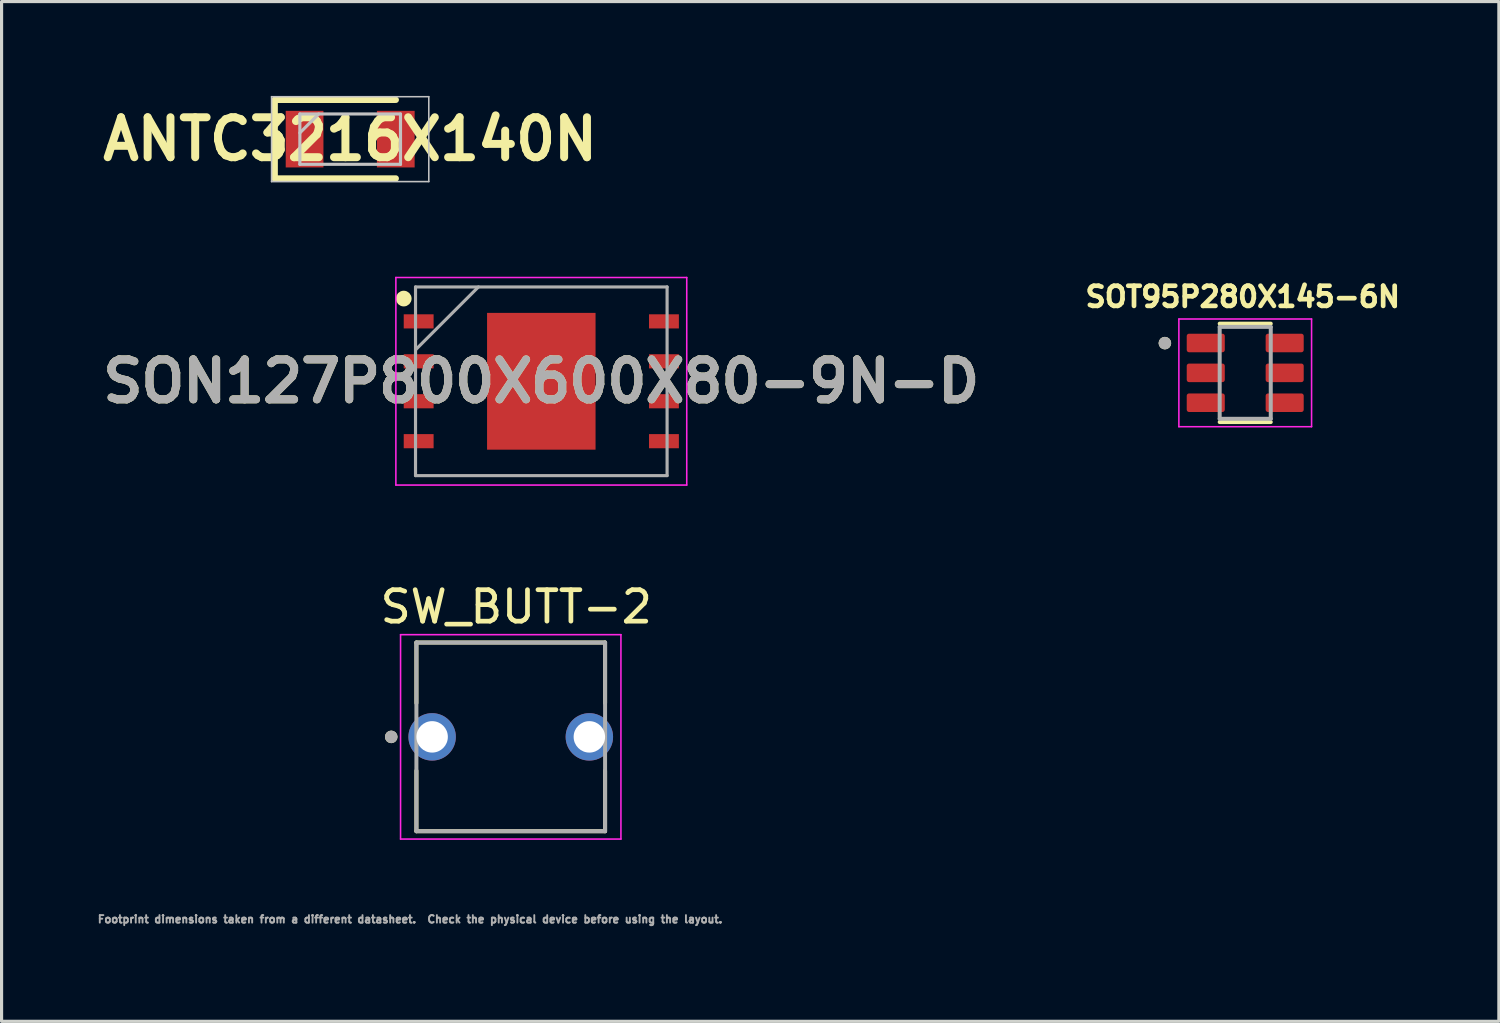
<source format=kicad_pcb>
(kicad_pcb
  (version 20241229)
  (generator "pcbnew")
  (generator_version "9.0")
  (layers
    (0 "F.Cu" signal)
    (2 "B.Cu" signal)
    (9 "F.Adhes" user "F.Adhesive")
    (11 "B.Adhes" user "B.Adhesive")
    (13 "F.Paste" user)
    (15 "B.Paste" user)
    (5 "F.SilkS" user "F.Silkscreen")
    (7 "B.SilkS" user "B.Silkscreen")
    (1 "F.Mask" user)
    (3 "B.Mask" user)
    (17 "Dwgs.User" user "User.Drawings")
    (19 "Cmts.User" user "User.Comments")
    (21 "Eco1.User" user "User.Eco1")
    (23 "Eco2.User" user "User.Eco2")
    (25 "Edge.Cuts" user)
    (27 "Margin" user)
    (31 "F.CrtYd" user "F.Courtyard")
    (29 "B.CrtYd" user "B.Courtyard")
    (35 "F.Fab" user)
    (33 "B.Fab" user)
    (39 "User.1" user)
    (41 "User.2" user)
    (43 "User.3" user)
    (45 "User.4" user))
  (footprint "ANTC3216X140N"
    (layer "F.Cu")
    (at 8.086 1.375)
    (property "Reference" "ANTC3216X140N" (at 0 0 0) (layer "F.SilkS") (effects (font (size 1.27 1.27) (thickness 0.254))))
    (attr smd)
    (fp_line (start -2.4 -1.25) (end -2.4 1.25) (stroke (width 0.2) (type solid)) (layer "F.SilkS"))
    (fp_line (start -2.4 1.25) (end 1.45 1.25) (stroke (width 0.2) (type solid)) (layer "F.SilkS"))
    (fp_line (start 1.45 -1.25) (end -2.4 -1.25) (stroke (width 0.2) (type solid)) (layer "F.SilkS"))
    (fp_line (start -2.5 -1.35) (end 2.5 -1.35) (stroke (width 0.05) (type solid)) (layer "Dwgs.User"))
    (fp_line (start -2.5 1.35) (end -2.5 -1.35) (stroke (width 0.05) (type solid)) (layer "Dwgs.User"))
    (fp_line (start -1.6 -0.8) (end 1.6 -0.8) (stroke (width 0.1) (type solid)) (layer "Dwgs.User"))
    (fp_line (start -1.6 -0.2) (end -1 -0.8) (stroke (width 0.1) (type solid)) (layer "Dwgs.User"))
    (fp_line (start -1.6 0.8) (end -1.6 -0.8) (stroke (width 0.1) (type solid)) (layer "Dwgs.User"))
    (fp_line (start 1.6 -0.8) (end 1.6 0.8) (stroke (width 0.1) (type solid)) (layer "Dwgs.User"))
    (fp_line (start 1.6 0.8) (end -1.6 0.8) (stroke (width 0.1) (type solid)) (layer "Dwgs.User"))
    (fp_line (start 2.5 -1.35) (end 2.5 1.35) (stroke (width 0.05) (type solid)) (layer "Dwgs.User"))
    (fp_line (start 2.5 1.35) (end -2.5 1.35) (stroke (width 0.05) (type solid)) (layer "Dwgs.User"))
    (pad "1" smd rect (at -1.45 0) (size 1.2 1.8) (layers "F.Cu" "F.Mask" "F.Paste"))
    (pad "2" smd rect (at 1.45 0) (size 1.2 1.8) (layers "F.Cu" "F.Mask" "F.Paste")))
  (footprint "SW_BUTT-2"
    (layer "F.Cu")
    (at 13.192 20.383)
    (property "Reference" "SW_BUTT-2" (at 0.175 -4.135 0) (layer "F.SilkS") (effects (font (size 1 1) (thickness 0.15))))
    (attr through_hole)
    (fp_line (start -3 -3) (end 3 -3) (stroke (width 0.127) (type solid)) (layer "F.SilkS"))
    (fp_line (start -3 -1.075) (end -3 -3) (stroke (width 0.127) (type solid)) (layer "F.SilkS"))
    (fp_line (start -3 3) (end -3 1.075) (stroke (width 0.127) (type solid)) (layer "F.SilkS"))
    (fp_line (start 3 -3) (end 3 -1.075) (stroke (width 0.127) (type solid)) (layer "F.SilkS"))
    (fp_line (start 3 1.075) (end 3 3) (stroke (width 0.127) (type solid)) (layer "F.SilkS"))
    (fp_line (start 3 3) (end -3 3) (stroke (width 0.127) (type solid)) (layer "F.SilkS"))
    (fp_circle (center -3.8 0) (end -3.7 0) (stroke (width 0.2) (type solid)) (fill no) (layer "F.SilkS"))
    (fp_line (start -3.504 -3.25) (end 3.504 -3.25) (stroke (width 0.05) (type solid)) (layer "F.CrtYd"))
    (fp_line (start -3.504 3.25) (end -3.504 -3.25) (stroke (width 0.05) (type solid)) (layer "F.CrtYd"))
    (fp_line (start 3.504 -3.25) (end 3.504 3.25) (stroke (width 0.05) (type solid)) (layer "F.CrtYd"))
    (fp_line (start 3.504 3.25) (end -3.504 3.25) (stroke (width 0.05) (type solid)) (layer "F.CrtYd"))
    (fp_line (start -3 -3) (end -3 3) (stroke (width 0.127) (type solid)) (layer "F.Fab"))
    (fp_line (start -3 3) (end 3 3) (stroke (width 0.127) (type solid)) (layer "F.Fab"))
    (fp_line (start 3 -3) (end -3 -3) (stroke (width 0.127) (type solid)) (layer "F.Fab"))
    (fp_line (start 3 3) (end 3 -3) (stroke (width 0.127) (type solid)) (layer "F.Fab"))
    (fp_circle (center -3.8 0) (end -3.7 0) (stroke (width 0.2) (type solid)) (fill no) (layer "F.Fab"))
    (fp_text user "Footprint dimensions taken from a different datasheet.  Check the physical device before using the layout." (at -3.2 5.8 0) (layer "F.Fab") (effects (font (size 0.24 0.24) (thickness 0.15))))
    (pad "1" thru_hole circle (at -2.5 0) (size 1.508 1.508) (drill 1) (layers "*.Cu" "*.Mask"))
    (pad "2" thru_hole circle (at 2.5 0) (size 1.508 1.508) (drill 1) (layers "*.Cu" "*.Mask")))
  (footprint "SOT95P280X145-6N"
    (layer "F.Cu")
    (at 36.549 8.807)
    (property "Reference" "SOT95P280X145-6N" (at -0.078 -2.419 0) (layer "F.SilkS") (effects (font (size 0.64 0.64) (thickness 0.15))))
    (attr smd)
    (fp_line (start 0.812 -1.565) (end -0.812 -1.565) (stroke (width 0.127) (type solid)) (layer "F.SilkS"))
    (fp_line (start 0.812 1.565) (end -0.812 1.565) (stroke (width 0.127) (type solid)) (layer "F.SilkS"))
    (fp_circle (center -2.555 -0.945) (end -2.455 -0.945) (stroke (width 0.2) (type solid)) (fill no) (layer "F.SilkS"))
    (fp_line (start -2.11 -1.712) (end -2.11 1.712) (stroke (width 0.05) (type solid)) (layer "F.CrtYd"))
    (fp_line (start -2.11 1.712) (end 2.11 1.712) (stroke (width 0.05) (type solid)) (layer "F.CrtYd"))
    (fp_line (start 2.11 -1.712) (end -2.11 -1.712) (stroke (width 0.05) (type solid)) (layer "F.CrtYd"))
    (fp_line (start 2.11 1.712) (end 2.11 -1.712) (stroke (width 0.05) (type solid)) (layer "F.CrtYd"))
    (fp_line (start -0.812 -1.462) (end 0.812 -1.462) (stroke (width 0.127) (type solid)) (layer "F.Fab"))
    (fp_line (start -0.812 1.462) (end -0.812 -1.462) (stroke (width 0.127) (type solid)) (layer "F.Fab"))
    (fp_line (start 0.812 -1.462) (end 0.812 1.462) (stroke (width 0.127) (type solid)) (layer "F.Fab"))
    (fp_line (start 0.812 1.462) (end -0.812 1.462) (stroke (width 0.127) (type solid)) (layer "F.Fab"))
    (fp_circle (center -2.555 -0.945) (end -2.455 -0.945) (stroke (width 0.2) (type solid)) (fill no) (layer "F.Fab"))
    (pad "1" smd roundrect (at -1.255 -0.95) (size 1.21 0.59) (layers "F.Cu" "F.Mask" "F.Paste") (roundrect_rratio 0.125))
    (pad "2" smd roundrect (at -1.255 0) (size 1.21 0.59) (layers "F.Cu" "F.Mask" "F.Paste") (roundrect_rratio 0.125))
    (pad "3" smd roundrect (at -1.255 0.95) (size 1.21 0.59) (layers "F.Cu" "F.Mask" "F.Paste") (roundrect_rratio 0.125))
    (pad "4" smd roundrect (at 1.255 0.95) (size 1.21 0.59) (layers "F.Cu" "F.Mask" "F.Paste") (roundrect_rratio 0.125))
    (pad "5" smd roundrect (at 1.255 0) (size 1.21 0.59) (layers "F.Cu" "F.Mask" "F.Paste") (roundrect_rratio 0.125))
    (pad "6" smd roundrect (at 1.255 -0.95) (size 1.21 0.59) (layers "F.Cu" "F.Mask" "F.Paste") (roundrect_rratio 0.125)))
  (footprint "SON127P800X600X80-9N-D"
    (layer "F.Cu")
    (at 14.164 9.075)
    (property "Reference" "SON127P800X600X80-9N-D" (at 0 0 0) (layer "F.SilkS") (effects (font (size 1.27 1.27) (thickness 0.254))))
    (attr smd)
    (fp_circle (center -4.375 -2.63) (end -4.375 -2.505) (stroke (width 0.25) (type solid)) (fill no) (layer "F.SilkS"))
    (fp_line (start -4.625 -3.3) (end 4.625 -3.3) (stroke (width 0.05) (type solid)) (layer "F.CrtYd"))
    (fp_line (start -4.625 3.3) (end -4.625 -3.3) (stroke (width 0.05) (type solid)) (layer "F.CrtYd"))
    (fp_line (start 4.625 -3.3) (end 4.625 3.3) (stroke (width 0.05) (type solid)) (layer "F.CrtYd"))
    (fp_line (start 4.625 3.3) (end -4.625 3.3) (stroke (width 0.05) (type solid)) (layer "F.CrtYd"))
    (fp_line (start -4 -3) (end 4 -3) (stroke (width 0.1) (type solid)) (layer "F.Fab"))
    (fp_line (start -4 -1) (end -2 -3) (stroke (width 0.1) (type solid)) (layer "F.Fab"))
    (fp_line (start -4 3) (end -4 -3) (stroke (width 0.1) (type solid)) (layer "F.Fab"))
    (fp_line (start 4 -3) (end 4 3) (stroke (width 0.1) (type solid)) (layer "F.Fab"))
    (fp_line (start 4 3) (end -4 3) (stroke (width 0.1) (type solid)) (layer "F.Fab"))
    (fp_text user "${REFERENCE}" (at 0 0 0) (layer "F.Fab") (effects (font (size 1.27 1.27) (thickness 0.254))))
    (pad "1" smd rect (at -3.9 -1.905 90) (size 0.45 0.95) (layers "F.Cu" "F.Mask" "F.Paste"))
    (pad "2" smd rect (at -3.9 -0.635 90) (size 0.45 0.95) (layers "F.Cu" "F.Mask" "F.Paste"))
    (pad "3" smd rect (at -3.9 0.635 90) (size 0.45 0.95) (layers "F.Cu" "F.Mask" "F.Paste"))
    (pad "4" smd rect (at -3.9 1.905 90) (size 0.45 0.95) (layers "F.Cu" "F.Mask" "F.Paste"))
    (pad "5" smd rect (at 3.9 1.905 90) (size 0.45 0.95) (layers "F.Cu" "F.Mask" "F.Paste"))
    (pad "6" smd rect (at 3.9 0.635 90) (size 0.45 0.95) (layers "F.Cu" "F.Mask" "F.Paste"))
    (pad "7" smd rect (at 3.9 -0.635 90) (size 0.45 0.95) (layers "F.Cu" "F.Mask" "F.Paste"))
    (pad "8" smd rect (at 3.9 -1.905 90) (size 0.45 0.95) (layers "F.Cu" "F.Mask" "F.Paste"))
    (pad "9" smd rect (at 0 0) (size 3.45 4.35) (layers "F.Cu" "F.Mask" "F.Paste")))
  (gr_rect
    (start -3 -3)
    (end 44.615 29.429)
    (stroke (width 0.1) (type default))
    (fill no)
    (layer "Edge.Cuts")))
</source>
